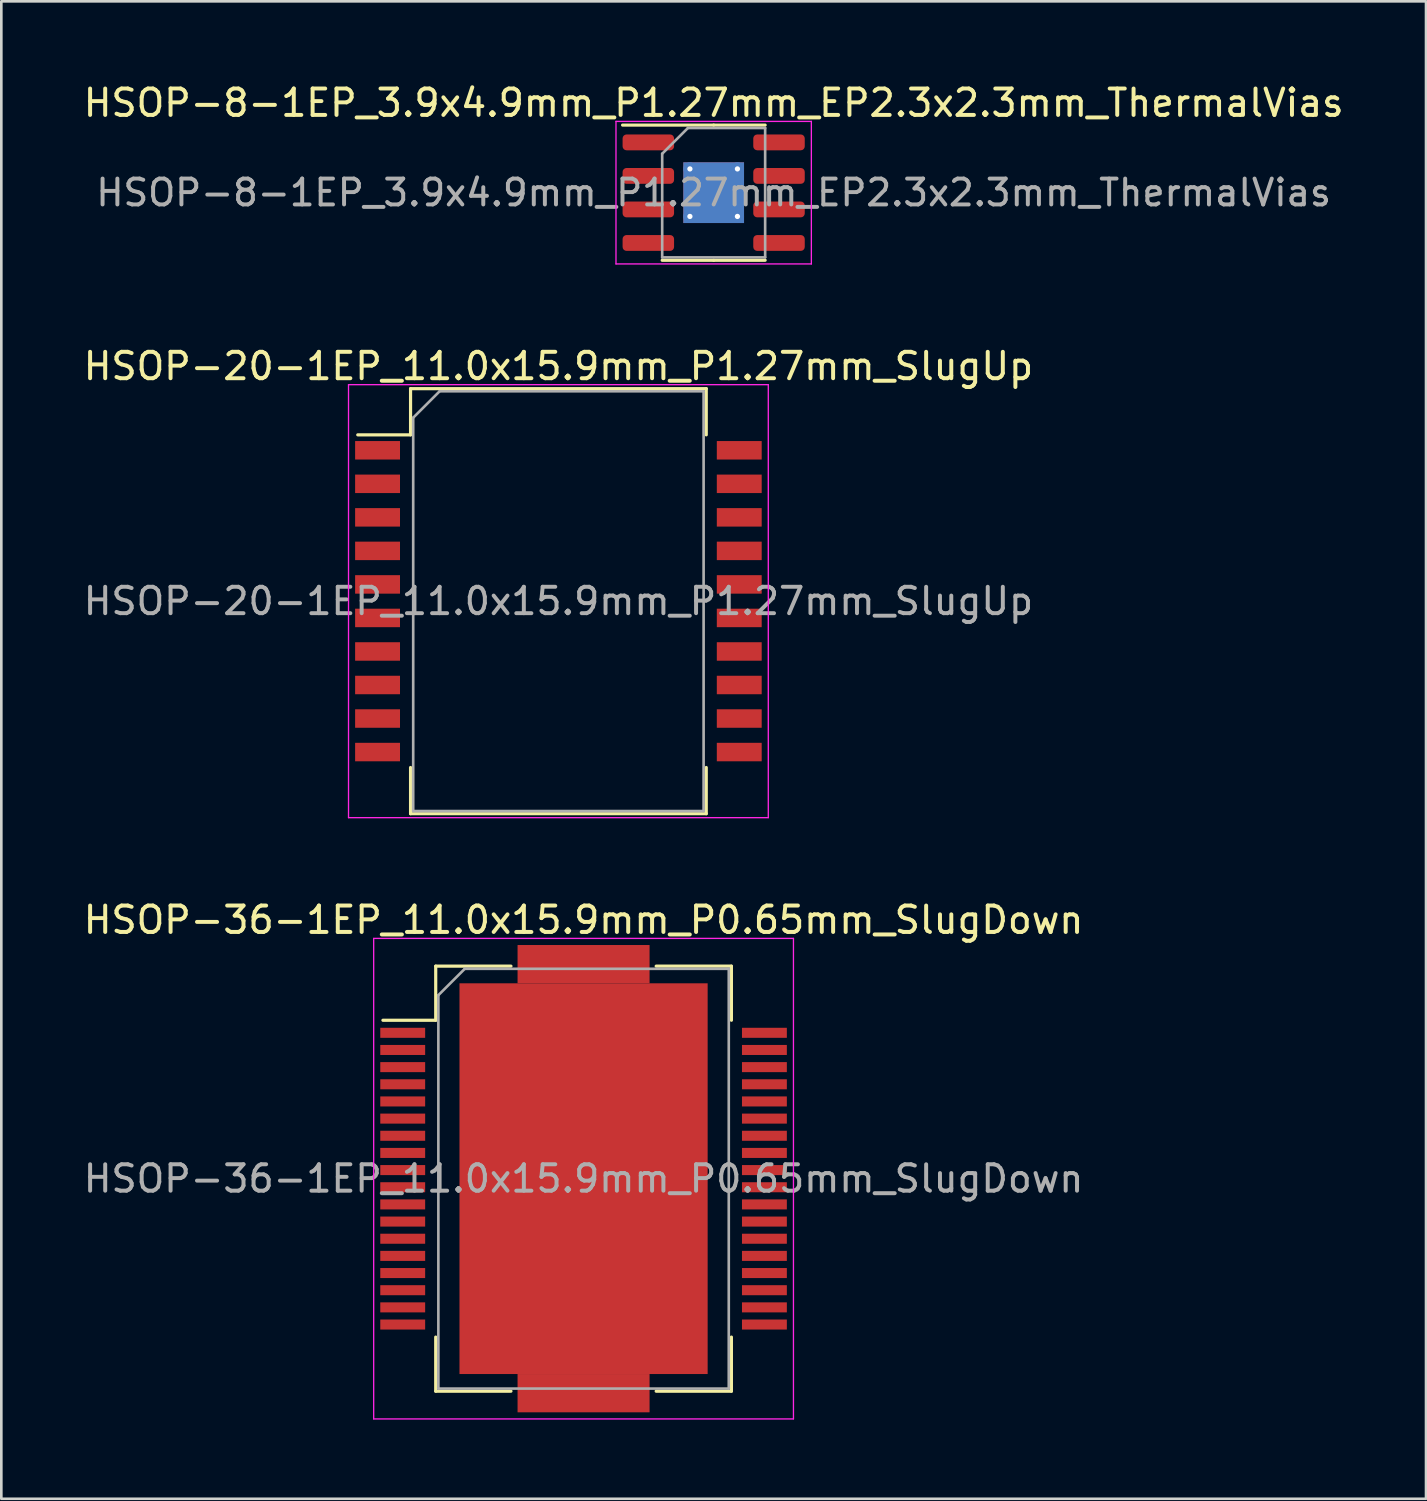
<source format=kicad_pcb>
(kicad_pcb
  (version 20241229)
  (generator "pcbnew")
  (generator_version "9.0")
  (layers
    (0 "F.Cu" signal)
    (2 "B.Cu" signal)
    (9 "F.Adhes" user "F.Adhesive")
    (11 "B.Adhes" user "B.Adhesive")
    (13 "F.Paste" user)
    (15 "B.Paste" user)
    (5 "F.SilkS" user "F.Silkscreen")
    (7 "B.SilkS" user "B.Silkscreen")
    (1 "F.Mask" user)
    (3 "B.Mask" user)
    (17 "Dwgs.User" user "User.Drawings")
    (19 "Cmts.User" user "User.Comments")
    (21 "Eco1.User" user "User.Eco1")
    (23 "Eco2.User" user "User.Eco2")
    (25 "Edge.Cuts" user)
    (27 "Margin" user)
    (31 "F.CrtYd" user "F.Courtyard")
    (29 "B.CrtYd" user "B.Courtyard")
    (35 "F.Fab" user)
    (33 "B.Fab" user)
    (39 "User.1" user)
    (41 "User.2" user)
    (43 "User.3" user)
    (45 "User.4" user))
  (footprint "HSOP-8-1EP_3.9x4.9mm_P1.27mm_EP2.3x2.3mm_ThermalVias"
    (layer "F.Cu")
    (at 23.982 4.248)
    (property "Reference" "HSOP-8-1EP_3.9x4.9mm_P1.27mm_EP2.3x2.3mm_ThermalVias" (at 0 -3.4 0) (layer "F.SilkS") (effects (font (size 1 1) (thickness 0.15))))
    (attr smd)
    (fp_line (start 0 -2.56) (end -3.45 -2.56) (stroke (width 0.12) (type solid)) (layer "F.SilkS"))
    (fp_line (start 0 -2.56) (end 1.95 -2.56) (stroke (width 0.12) (type solid)) (layer "F.SilkS"))
    (fp_line (start 0 2.56) (end -1.95 2.56) (stroke (width 0.12) (type solid)) (layer "F.SilkS"))
    (fp_line (start 0 2.56) (end 1.95 2.56) (stroke (width 0.12) (type solid)) (layer "F.SilkS"))
    (fp_line (start -3.7 -2.7) (end -3.7 2.7) (stroke (width 0.05) (type solid)) (layer "F.CrtYd"))
    (fp_line (start -3.7 2.7) (end 3.7 2.7) (stroke (width 0.05) (type solid)) (layer "F.CrtYd"))
    (fp_line (start 3.7 -2.7) (end -3.7 -2.7) (stroke (width 0.05) (type solid)) (layer "F.CrtYd"))
    (fp_line (start 3.7 2.7) (end 3.7 -2.7) (stroke (width 0.05) (type solid)) (layer "F.CrtYd"))
    (fp_line (start -1.95 -1.475) (end -0.975 -2.45) (stroke (width 0.1) (type solid)) (layer "F.Fab"))
    (fp_line (start -1.95 2.45) (end -1.95 -1.475) (stroke (width 0.1) (type solid)) (layer "F.Fab"))
    (fp_line (start -0.975 -2.45) (end 1.95 -2.45) (stroke (width 0.1) (type solid)) (layer "F.Fab"))
    (fp_line (start 1.95 -2.45) (end 1.95 2.45) (stroke (width 0.1) (type solid)) (layer "F.Fab"))
    (fp_line (start 1.95 2.45) (end -1.95 2.45) (stroke (width 0.1) (type solid)) (layer "F.Fab"))
    (fp_text user "${REFERENCE}" (at 0 0 0) (layer "F.Fab") (effects (font (size 0.98 0.98) (thickness 0.15))))
    (pad "" smd roundrect (at -0.575 -0.575) (size 0.93 0.93) (layers "F.Paste") (roundrect_rratio 0.25))
    (pad "" smd roundrect (at -0.575 0.575) (size 0.93 0.93) (layers "F.Paste") (roundrect_rratio 0.25))
    (pad "" smd roundrect (at 0.575 -0.575) (size 0.93 0.93) (layers "F.Paste") (roundrect_rratio 0.25))
    (pad "" smd roundrect (at 0.575 0.575) (size 0.93 0.93) (layers "F.Paste") (roundrect_rratio 0.25))
    (pad "1" smd roundrect (at -2.475 -1.905) (size 1.95 0.6) (layers "F.Cu" "F.Mask" "F.Paste") (roundrect_rratio 0.25))
    (pad "2" smd roundrect (at -2.475 -0.635) (size 1.95 0.6) (layers "F.Cu" "F.Mask" "F.Paste") (roundrect_rratio 0.25))
    (pad "3" smd roundrect (at -2.475 0.635) (size 1.95 0.6) (layers "F.Cu" "F.Mask" "F.Paste") (roundrect_rratio 0.25))
    (pad "4" smd roundrect (at -2.475 1.905) (size 1.95 0.6) (layers "F.Cu" "F.Mask" "F.Paste") (roundrect_rratio 0.25))
    (pad "5" smd roundrect (at 2.475 1.905) (size 1.95 0.6) (layers "F.Cu" "F.Mask" "F.Paste") (roundrect_rratio 0.25))
    (pad "6" smd roundrect (at 2.475 0.635) (size 1.95 0.6) (layers "F.Cu" "F.Mask" "F.Paste") (roundrect_rratio 0.25))
    (pad "7" smd roundrect (at 2.475 -0.635) (size 1.95 0.6) (layers "F.Cu" "F.Mask" "F.Paste") (roundrect_rratio 0.25))
    (pad "8" smd roundrect (at 2.475 -1.905) (size 1.95 0.6) (layers "F.Cu" "F.Mask" "F.Paste") (roundrect_rratio 0.25))
    (pad "9" thru_hole circle (at -0.9 -0.9) (size 0.5 0.5) (drill 0.2) (layers "*.Cu"))
    (pad "9" thru_hole circle (at -0.9 0.9) (size 0.5 0.5) (drill 0.2) (layers "*.Cu"))
    (pad "9" smd rect (at 0 0) (size 2.3 2.3) (layers "F.Cu" "F.Mask"))
    (pad "9" smd rect (at 0 0) (size 2.3 2.3) (layers "B.Cu"))
    (pad "9" thru_hole circle (at 0.9 -0.9) (size 0.5 0.5) (drill 0.2) (layers "*.Cu"))
    (pad "9" thru_hole circle (at 0.9 0.9) (size 0.5 0.5) (drill 0.2) (layers "*.Cu")))
  (footprint "HSOP-36-1EP_11.0x15.9mm_P0.65mm_SlugDown"
    (layer "F.Cu")
    (at 19.054 41.595)
    (property "Reference" "HSOP-36-1EP_11.0x15.9mm_P0.65mm_SlugDown" (at 0 -9.8 0) (layer "F.SilkS") (effects (font (size 1 1) (thickness 0.15))))
    (attr smd)
    (fp_line (start -5.6 -8.05) (end -5.6 -6) (stroke (width 0.12) (type solid)) (layer "F.SilkS"))
    (fp_line (start -5.6 -6) (end -7.6 -6) (stroke (width 0.12) (type solid)) (layer "F.SilkS"))
    (fp_line (start -5.6 8.05) (end -5.6 6) (stroke (width 0.12) (type solid)) (layer "F.SilkS"))
    (fp_line (start -2.75 -8.05) (end -5.6 -8.05) (stroke (width 0.12) (type solid)) (layer "F.SilkS"))
    (fp_line (start -2.75 8.05) (end -5.6 8.05) (stroke (width 0.12) (type solid)) (layer "F.SilkS"))
    (fp_line (start 5.6 -8.05) (end 2.75 -8.05) (stroke (width 0.12) (type solid)) (layer "F.SilkS"))
    (fp_line (start 5.6 -8.05) (end 5.6 -6) (stroke (width 0.12) (type solid)) (layer "F.SilkS"))
    (fp_line (start 5.6 8.05) (end 2.75 8.05) (stroke (width 0.12) (type solid)) (layer "F.SilkS"))
    (fp_line (start 5.6 8.05) (end 5.6 6) (stroke (width 0.12) (type solid)) (layer "F.SilkS"))
    (fp_line (start -7.95 -9.1) (end -7.95 9.1) (stroke (width 0.05) (type solid)) (layer "F.CrtYd"))
    (fp_line (start -7.95 -9.1) (end 7.95 -9.1) (stroke (width 0.05) (type solid)) (layer "F.CrtYd"))
    (fp_line (start 7.95 9.1) (end -7.95 9.1) (stroke (width 0.05) (type solid)) (layer "F.CrtYd"))
    (fp_line (start 7.95 9.1) (end 7.95 -9.1) (stroke (width 0.05) (type solid)) (layer "F.CrtYd"))
    (fp_line (start -5.5 -6.95) (end -5.5 7.95) (stroke (width 0.1) (type solid)) (layer "F.Fab"))
    (fp_line (start -5.5 7.95) (end 5.5 7.95) (stroke (width 0.1) (type solid)) (layer "F.Fab"))
    (fp_line (start -4.5 -7.95) (end -5.5 -6.95) (stroke (width 0.1) (type solid)) (layer "F.Fab"))
    (fp_line (start 5.5 -7.95) (end -4.5 -7.95) (stroke (width 0.1) (type solid)) (layer "F.Fab"))
    (fp_line (start 5.5 7.95) (end 5.5 -7.95) (stroke (width 0.1) (type solid)) (layer "F.Fab"))
    (fp_text user "${REFERENCE}" (at 0 0 0) (layer "F.Fab") (effects (font (size 1 1) (thickness 0.15))))
    (pad "1" smd rect (at -6.85 -5.525) (size 1.7 0.38) (layers "F.Cu" "F.Mask" "F.Paste"))
    (pad "2" smd rect (at -6.85 -4.875) (size 1.7 0.38) (layers "F.Cu" "F.Mask" "F.Paste"))
    (pad "3" smd rect (at -6.85 -4.225) (size 1.7 0.38) (layers "F.Cu" "F.Mask" "F.Paste"))
    (pad "4" smd rect (at -6.85 -3.575) (size 1.7 0.38) (layers "F.Cu" "F.Mask" "F.Paste"))
    (pad "5" smd rect (at -6.85 -2.925) (size 1.7 0.38) (layers "F.Cu" "F.Mask" "F.Paste"))
    (pad "6" smd rect (at -6.85 -2.275) (size 1.7 0.38) (layers "F.Cu" "F.Mask" "F.Paste"))
    (pad "7" smd rect (at -6.85 -1.625) (size 1.7 0.38) (layers "F.Cu" "F.Mask" "F.Paste"))
    (pad "8" smd rect (at -6.85 -0.975) (size 1.7 0.38) (layers "F.Cu" "F.Mask" "F.Paste"))
    (pad "9" smd rect (at -6.85 -0.325) (size 1.7 0.38) (layers "F.Cu" "F.Mask" "F.Paste"))
    (pad "10" smd rect (at -6.85 0.325) (size 1.7 0.38) (layers "F.Cu" "F.Mask" "F.Paste"))
    (pad "11" smd rect (at -6.85 0.975) (size 1.7 0.38) (layers "F.Cu" "F.Mask" "F.Paste"))
    (pad "12" smd rect (at -6.85 1.625) (size 1.7 0.38) (layers "F.Cu" "F.Mask" "F.Paste"))
    (pad "13" smd rect (at -6.85 2.275) (size 1.7 0.38) (layers "F.Cu" "F.Mask" "F.Paste"))
    (pad "14" smd rect (at -6.85 2.925) (size 1.7 0.38) (layers "F.Cu" "F.Mask" "F.Paste"))
    (pad "15" smd rect (at -6.85 3.575) (size 1.7 0.38) (layers "F.Cu" "F.Mask" "F.Paste"))
    (pad "16" smd rect (at -6.85 4.225) (size 1.7 0.38) (layers "F.Cu" "F.Mask" "F.Paste"))
    (pad "17" smd rect (at -6.85 4.875) (size 1.7 0.38) (layers "F.Cu" "F.Mask" "F.Paste"))
    (pad "18" smd rect (at -6.85 5.525) (size 1.7 0.38) (layers "F.Cu" "F.Mask" "F.Paste"))
    (pad "19" smd rect (at 6.85 5.525) (size 1.7 0.38) (layers "F.Cu" "F.Mask" "F.Paste"))
    (pad "20" smd rect (at 6.85 4.875) (size 1.7 0.38) (layers "F.Cu" "F.Mask" "F.Paste"))
    (pad "21" smd rect (at 6.85 4.225) (size 1.7 0.38) (layers "F.Cu" "F.Mask" "F.Paste"))
    (pad "22" smd rect (at 6.85 3.575) (size 1.7 0.38) (layers "F.Cu" "F.Mask" "F.Paste"))
    (pad "23" smd rect (at 6.85 2.925) (size 1.7 0.38) (layers "F.Cu" "F.Mask" "F.Paste"))
    (pad "24" smd rect (at 6.85 2.275) (size 1.7 0.38) (layers "F.Cu" "F.Mask" "F.Paste"))
    (pad "25" smd rect (at 6.85 1.625) (size 1.7 0.38) (layers "F.Cu" "F.Mask" "F.Paste"))
    (pad "26" smd rect (at 6.85 0.975) (size 1.7 0.38) (layers "F.Cu" "F.Mask" "F.Paste"))
    (pad "27" smd rect (at 6.85 0.325) (size 1.7 0.38) (layers "F.Cu" "F.Mask" "F.Paste"))
    (pad "28" smd rect (at 6.85 -0.325) (size 1.7 0.38) (layers "F.Cu" "F.Mask" "F.Paste"))
    (pad "29" smd rect (at 6.85 -0.975) (size 1.7 0.38) (layers "F.Cu" "F.Mask" "F.Paste"))
    (pad "30" smd rect (at 6.85 -1.625) (size 1.7 0.38) (layers "F.Cu" "F.Mask" "F.Paste"))
    (pad "31" smd rect (at 6.85 -2.275) (size 1.7 0.38) (layers "F.Cu" "F.Mask" "F.Paste"))
    (pad "32" smd rect (at 6.85 -2.925) (size 1.7 0.38) (layers "F.Cu" "F.Mask" "F.Paste"))
    (pad "33" smd rect (at 6.85 -3.575) (size 1.7 0.38) (layers "F.Cu" "F.Mask" "F.Paste"))
    (pad "34" smd rect (at 6.85 -4.225) (size 1.7 0.38) (layers "F.Cu" "F.Mask" "F.Paste"))
    (pad "35" smd rect (at 6.85 -4.875) (size 1.7 0.38) (layers "F.Cu" "F.Mask" "F.Paste"))
    (pad "36" smd rect (at 6.85 -5.525) (size 1.7 0.38) (layers "F.Cu" "F.Mask" "F.Paste"))
    (pad "37" smd rect (at 0 -8.125) (size 5 1.45) (layers "F.Cu" "F.Mask" "F.Paste"))
    (pad "37" smd rect (at 0 0) (size 9.4 14.8) (layers "F.Cu" "F.Mask" "F.Paste"))
    (pad "37" smd rect (at 0 8.125) (size 5 1.45) (layers "F.Cu" "F.Mask" "F.Paste")))
  (footprint "HSOP-20-1EP_11.0x15.9mm_P1.27mm_SlugUp"
    (layer "F.Cu")
    (at 18.101 19.721)
    (property "Reference" "HSOP-20-1EP_11.0x15.9mm_P1.27mm_SlugUp" (at 0 -8.9 0) (layer "F.SilkS") (effects (font (size 1 1) (thickness 0.15))))
    (attr smd)
    (fp_line (start -5.6 -8.05) (end -5.6 -6.3) (stroke (width 0.12) (type solid)) (layer "F.SilkS"))
    (fp_line (start -5.6 -6.3) (end -7.6 -6.3) (stroke (width 0.12) (type solid)) (layer "F.SilkS"))
    (fp_line (start -5.6 8.05) (end -5.6 6.3) (stroke (width 0.12) (type solid)) (layer "F.SilkS"))
    (fp_line (start 5.6 -8.05) (end -5.6 -8.05) (stroke (width 0.12) (type solid)) (layer "F.SilkS"))
    (fp_line (start 5.6 -8.05) (end 5.6 -6.3) (stroke (width 0.12) (type solid)) (layer "F.SilkS"))
    (fp_line (start 5.6 8.05) (end -5.6 8.05) (stroke (width 0.12) (type solid)) (layer "F.SilkS"))
    (fp_line (start 5.6 8.05) (end 5.6 6.3) (stroke (width 0.12) (type solid)) (layer "F.SilkS"))
    (fp_line (start -7.95 -8.2) (end -7.95 8.2) (stroke (width 0.05) (type solid)) (layer "F.CrtYd"))
    (fp_line (start -7.95 -8.2) (end 7.95 -8.2) (stroke (width 0.05) (type solid)) (layer "F.CrtYd"))
    (fp_line (start 7.95 8.2) (end -7.95 8.2) (stroke (width 0.05) (type solid)) (layer "F.CrtYd"))
    (fp_line (start 7.95 8.2) (end 7.95 -8.2) (stroke (width 0.05) (type solid)) (layer "F.CrtYd"))
    (fp_line (start -5.5 -6.95) (end -5.5 7.95) (stroke (width 0.1) (type solid)) (layer "F.Fab"))
    (fp_line (start -5.5 7.95) (end 5.5 7.95) (stroke (width 0.1) (type solid)) (layer "F.Fab"))
    (fp_line (start -4.5 -7.95) (end -5.5 -6.95) (stroke (width 0.1) (type solid)) (layer "F.Fab"))
    (fp_line (start 5.5 -7.95) (end -4.5 -7.95) (stroke (width 0.1) (type solid)) (layer "F.Fab"))
    (fp_line (start 5.5 7.95) (end 5.5 -7.95) (stroke (width 0.1) (type solid)) (layer "F.Fab"))
    (fp_text user "${REFERENCE}" (at 0 0 0) (layer "F.Fab") (effects (font (size 1 1) (thickness 0.15))))
    (pad "1" smd rect (at -6.85 -5.715) (size 1.7 0.7) (layers "F.Cu" "F.Mask" "F.Paste"))
    (pad "2" smd rect (at -6.85 -4.445) (size 1.7 0.7) (layers "F.Cu" "F.Mask" "F.Paste"))
    (pad "3" smd rect (at -6.85 -3.175) (size 1.7 0.7) (layers "F.Cu" "F.Mask" "F.Paste"))
    (pad "4" smd rect (at -6.85 -1.905) (size 1.7 0.7) (layers "F.Cu" "F.Mask" "F.Paste"))
    (pad "5" smd rect (at -6.85 -0.635) (size 1.7 0.7) (layers "F.Cu" "F.Mask" "F.Paste"))
    (pad "6" smd rect (at -6.85 0.635) (size 1.7 0.7) (layers "F.Cu" "F.Mask" "F.Paste"))
    (pad "7" smd rect (at -6.85 1.905) (size 1.7 0.7) (layers "F.Cu" "F.Mask" "F.Paste"))
    (pad "8" smd rect (at -6.85 3.175) (size 1.7 0.7) (layers "F.Cu" "F.Mask" "F.Paste"))
    (pad "9" smd rect (at -6.85 4.445) (size 1.7 0.7) (layers "F.Cu" "F.Mask" "F.Paste"))
    (pad "10" smd rect (at -6.85 5.715) (size 1.7 0.7) (layers "F.Cu" "F.Mask" "F.Paste"))
    (pad "11" smd rect (at 6.85 5.715) (size 1.7 0.7) (layers "F.Cu" "F.Mask" "F.Paste"))
    (pad "12" smd rect (at 6.85 4.445) (size 1.7 0.7) (layers "F.Cu" "F.Mask" "F.Paste"))
    (pad "13" smd rect (at 6.85 3.175) (size 1.7 0.7) (layers "F.Cu" "F.Mask" "F.Paste"))
    (pad "14" smd rect (at 6.85 1.905) (size 1.7 0.7) (layers "F.Cu" "F.Mask" "F.Paste"))
    (pad "15" smd rect (at 6.85 0.635) (size 1.7 0.7) (layers "F.Cu" "F.Mask" "F.Paste"))
    (pad "16" smd rect (at 6.85 -0.635) (size 1.7 0.7) (layers "F.Cu" "F.Mask" "F.Paste"))
    (pad "17" smd rect (at 6.85 -1.905) (size 1.7 0.7) (layers "F.Cu" "F.Mask" "F.Paste"))
    (pad "18" smd rect (at 6.85 -3.175) (size 1.7 0.7) (layers "F.Cu" "F.Mask" "F.Paste"))
    (pad "19" smd rect (at 6.85 -4.445) (size 1.7 0.7) (layers "F.Cu" "F.Mask" "F.Paste"))
    (pad "20" smd rect (at 6.85 -5.715) (size 1.7 0.7) (layers "F.Cu" "F.Mask" "F.Paste")))
  (gr_rect
    (start -3 -3)
    (end 50.964 53.72)
    (stroke (width 0.1) (type default))
    (fill no)
    (layer "Edge.Cuts")))
</source>
